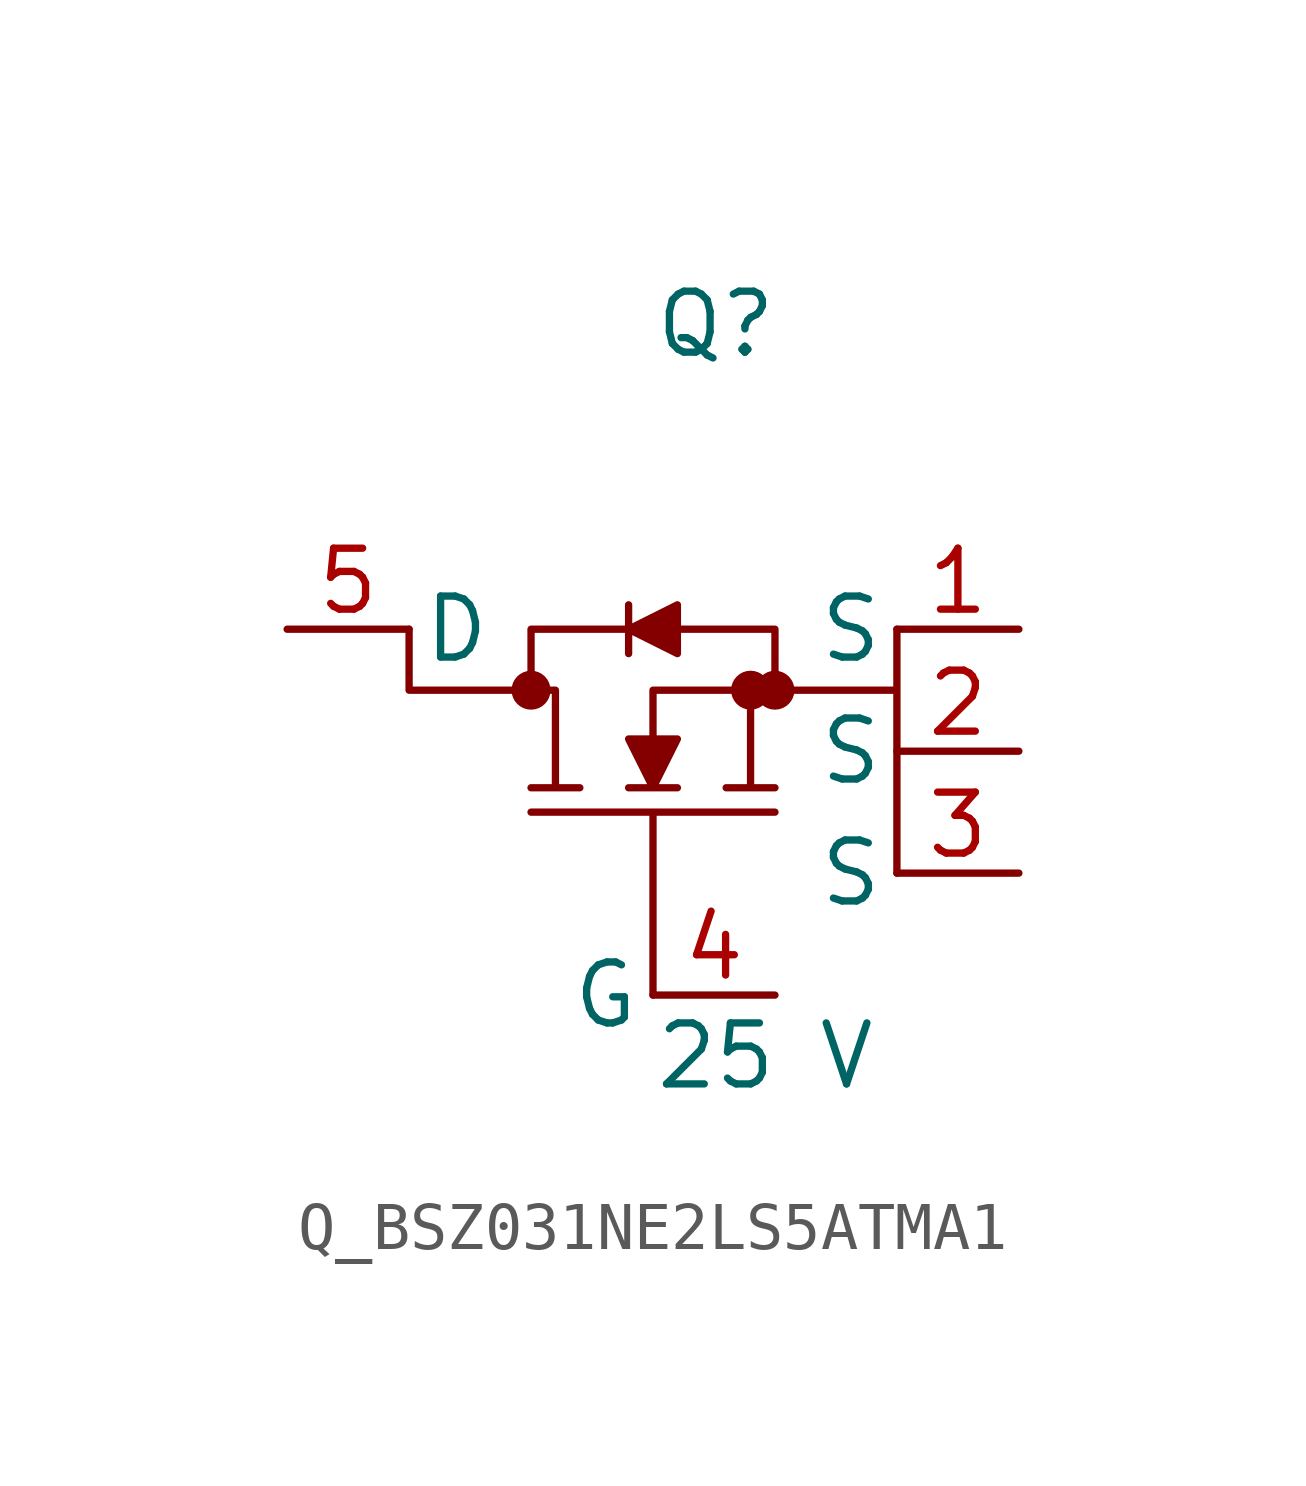
<source format=kicad_sym>
(kicad_symbol_lib
  (version 20231120)
  (generator kicad_symbol_editor)
  (generator_version 8.0)
  (symbol "Q_BSZ031NE2LS5ATMA1"
    (pin_names
      (offset 0.254))
    (property "Reference" "Q"
      (at 0 7.62 0)
      (effects (font (size 1.27 1.27)) (justify left)))
    (property "Value" "25 V"
      (at 0 -7.62 0)
      (effects (font (size 1.27 1.27)) (justify left)))
    (symbol "Q_BSZ031NE2LS5ATMA1_1_0"
      (polyline (pts (xy 0 -6.35) (xy 0 -2.54) (xy -2.54 -2.54) (xy 2.54 -2.54) (xy 0 -2.54) (xy 0 -6.35)) (stroke (width 0) (type default)) (fill (type none)))
      (polyline (pts (xy 5.08 1.27) (xy 5.08 0.0) (xy 2.54 0.0) (xy 2.54 1.27) (xy 0.508 1.27) (xy 0.508 1.778) (xy -0.508 1.27) (xy -0.508 1.778) (xy -0.508 1.27) (xy -2.54 1.27) (xy -2.54 0.0) (xy -5.08 0.0) (xy -5.08 1.27) (xy -5.08 0.0) (xy -2.032 0.0) (xy -2.032 -2.032) (xy -2.54 -2.032) (xy -1.524 -2.032) (xy -2.032 -2.032) (xy -2.032 0.0) (xy -2.54 0.0) (xy -2.54 1.27) (xy -0.508 1.27) (xy -0.508 0.762) (xy -0.508 1.27) (xy 0.508 0.762) (xy 0.508 1.27) (xy 2.54 1.27) (xy 2.54 0.0) (xy 0 0.0) (xy 0 -1.016) (xy -0.508 -1.016) (xy 0 -2.032) (xy -0.508 -2.032) (xy 0.508 -2.032) (xy 0 -2.032) (xy 0.508 -1.016) (xy 0 -1.016) (xy 0 0.0) (xy 2.032 0.0) (xy 2.032 -2.032) (xy 1.524 -2.032) (xy 2.54 -2.032) (xy 2.032 -2.032) (xy 2.032 0.0) (xy 5.08 0.0) (xy 5.08 -3.81)) (stroke (width 0) (type default)) (fill (type outline)))
      (circle (center -2.54 0.0) (radius 0.025) (stroke (width 0.381) (type default)) (fill (type none)))
      (circle (center 2.032 0.0) (radius 0.025) (stroke (width 0.381) (type default)) (fill (type none)))
      (circle (center 2.54 0.0) (radius 0.025) (stroke (width 0.381) (type default)) (fill (type none)))
      (pin unspecified line (at -7.62 1.27 0) (length 2.54) (name "D" (effects (font (size 1.27 1.27)))) (number "5" (effects (font (size 1.27 1.27)))))
      (pin unspecified line (at 7.62 1.27 180) (length 2.54) (name "S" (effects (font (size 1.27 1.27)))) (number "1" (effects (font (size 1.27 1.27)))))
      (pin unspecified line (at 7.62 -1.27 180) (length 2.54) (name "S" (effects (font (size 1.27 1.27)))) (number "2" (effects (font (size 1.27 1.27)))))
      (pin unspecified line (at 7.62 -3.81 180) (length 2.54) (name "S" (effects (font (size 1.27 1.27)))) (number "3" (effects (font (size 1.27 1.27)))))
      (pin unspecified line (at 2.54 -6.35 180) (length 2.54) (name "G" (effects (font (size 1.27 1.27)))) (number "4" (effects (font (size 1.27 1.27))))))))
</source>
